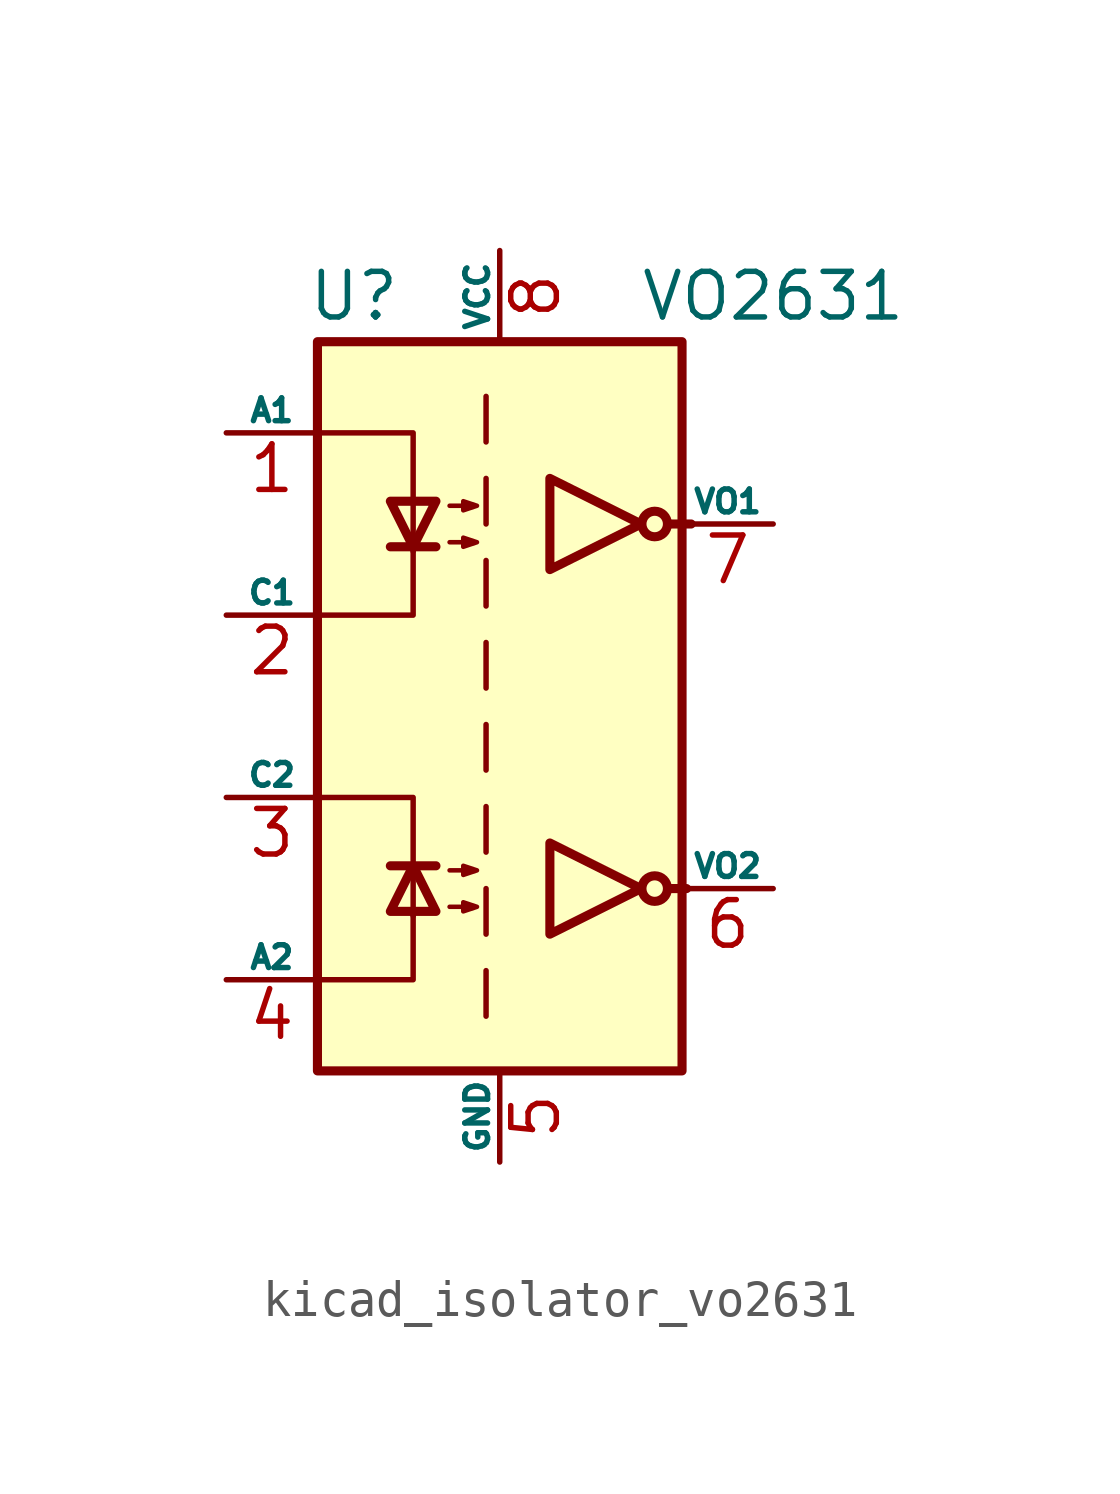
<source format=kicad_sym>
(kicad_symbol_lib
  (version 20220914)
  (generator kicad_symbol_editor)
  (symbol "kicad_isolator_vo2631"
    (pin_names
      (offset 0))
    (property "Reference" "U"
      (at -4.064 11.43 0)
      (effects (font (size 1.27 1.27))))
    (property "Value" "VO2631"
      (at 7.62 11.43 0)
      (effects (font (size 1.27 1.27))))
    (symbol "kicad_isolator_vo2631_1_1"
      (rectangle (start -5.08 10.16) (end 5.08 -10.16) (stroke (width 0.254) (type default)) (fill (type background)))
      (polyline (pts (xy -3.048 -4.445) (xy -1.778 -4.445)) (stroke (width 0.254) (type default)) (fill (type none)))
      (polyline (pts (xy -3.048 4.445) (xy -1.778 4.445)) (stroke (width 0.254) (type default)) (fill (type none)))
      (polyline (pts (xy -0.381 -7.366) (xy -0.381 -8.636)) (stroke (width 0) (type default)) (fill (type none)))
      (polyline (pts (xy -0.381 -5.08) (xy -0.381 -6.35)) (stroke (width 0) (type default)) (fill (type none)))
      (polyline (pts (xy -0.381 -2.794) (xy -0.381 -4.064)) (stroke (width 0) (type default)) (fill (type none)))
      (polyline (pts (xy -0.381 -0.508) (xy -0.381 -1.778)) (stroke (width 0) (type default)) (fill (type none)))
      (polyline (pts (xy -0.381 1.778) (xy -0.381 0.508)) (stroke (width 0) (type default)) (fill (type none)))
      (polyline (pts (xy -0.381 4.064) (xy -0.381 2.794)) (stroke (width 0) (type default)) (fill (type none)))
      (polyline (pts (xy -0.381 6.35) (xy -0.381 5.08)) (stroke (width 0) (type default)) (fill (type none)))
      (polyline (pts (xy -0.381 8.636) (xy -0.381 7.366)) (stroke (width 0) (type default)) (fill (type none)))
      (polyline (pts (xy 4.699 -5.08) (xy 5.207 -5.08)) (stroke (width 0.254) (type default)) (fill (type none)))
      (polyline (pts (xy 4.699 5.08) (xy 5.334 5.08)) (stroke (width 0.254) (type default)) (fill (type none)))
      (polyline (pts (xy -4.953 -7.62) (xy -2.413 -7.62) (xy -2.413 -5.715)) (stroke (width 0) (type default)) (fill (type none)))
      (polyline (pts (xy -4.953 7.62) (xy -2.413 7.62) (xy -2.413 4.318)) (stroke (width 0) (type default)) (fill (type none)))
      (polyline (pts (xy -2.413 -5.842) (xy -2.413 -2.54) (xy -4.953 -2.54)) (stroke (width 0) (type default)) (fill (type none)))
      (polyline (pts (xy -2.413 4.445) (xy -2.413 2.54) (xy -4.953 2.54)) (stroke (width 0) (type default)) (fill (type none)))
      (polyline (pts (xy -2.413 -4.445) (xy -3.048 -5.715) (xy -1.778 -5.715) (xy -2.413 -4.445)) (stroke (width 0.254) (type default)) (fill (type none)))
      (polyline (pts (xy -2.413 4.445) (xy -3.048 5.715) (xy -1.778 5.715) (xy -2.413 4.445)) (stroke (width 0.254) (type default)) (fill (type none)))
      (polyline (pts (xy 3.937 -5.08) (xy 1.397 -3.81) (xy 1.397 -6.35) (xy 3.937 -5.08)) (stroke (width 0.254) (type default)) (fill (type none)))
      (polyline (pts (xy 3.937 5.08) (xy 1.397 6.35) (xy 1.397 3.81) (xy 3.937 5.08)) (stroke (width 0.254) (type default)) (fill (type none)))
      (polyline (pts (xy -1.397 -5.588) (xy -0.635 -5.588) (xy -1.016 -5.715) (xy -1.016 -5.461) (xy -0.635 -5.588)) (stroke (width 0.127) (type default)) (fill (type none)))
      (polyline (pts (xy -1.397 -4.572) (xy -0.635 -4.572) (xy -1.016 -4.699) (xy -1.016 -4.445) (xy -0.635 -4.572)) (stroke (width 0.127) (type default)) (fill (type none)))
      (polyline (pts (xy -1.397 4.572) (xy -0.635 4.572) (xy -1.016 4.445) (xy -1.016 4.699) (xy -0.635 4.572)) (stroke (width 0.127) (type default)) (fill (type none)))
      (polyline (pts (xy -1.397 5.588) (xy -0.635 5.588) (xy -1.016 5.461) (xy -1.016 5.715) (xy -0.635 5.588)) (stroke (width 0.127) (type default)) (fill (type none)))
      (circle (center 4.318 -5.08) (radius 0.356) (stroke (width 0.254) (type default)) (fill (type none)))
      (circle (center 4.318 5.08) (radius 0.356) (stroke (width 0.254) (type default)) (fill (type none)))
      (pin passive line (at -7.62 7.62 0) (length 2.54) (name "A1" (effects (font (size 0.635 0.635)))) (number "1" (effects (font (size 1.27 1.27)))))
      (pin passive line (at -7.62 2.54 0) (length 2.54) (name "C1" (effects (font (size 0.635 0.635)))) (number "2" (effects (font (size 1.27 1.27)))))
      (pin passive line (at -7.62 -2.54 0) (length 2.54) (name "C2" (effects (font (size 0.635 0.635)))) (number "3" (effects (font (size 1.27 1.27)))))
      (pin passive line (at -7.62 -7.62 0) (length 2.54) (name "A2" (effects (font (size 0.635 0.635)))) (number "4" (effects (font (size 1.27 1.27)))))
      (pin power_in line (at 0 -12.7 90) (length 2.54) (name "GND" (effects (font (size 0.635 0.635)))) (number "5" (effects (font (size 1.27 1.27)))))
      (pin open_collector line (at 7.62 -5.08 180) (length 2.54) (name "VO2" (effects (font (size 0.635 0.635)))) (number "6" (effects (font (size 1.27 1.27)))))
      (pin open_collector line (at 7.62 5.08 180) (length 2.54) (name "VO1" (effects (font (size 0.635 0.635)))) (number "7" (effects (font (size 1.27 1.27)))))
      (pin power_in line (at 0 12.7 270) (length 2.54) (name "VCC" (effects (font (size 0.635 0.635)))) (number "8" (effects (font (size 1.27 1.27))))))))
</source>
